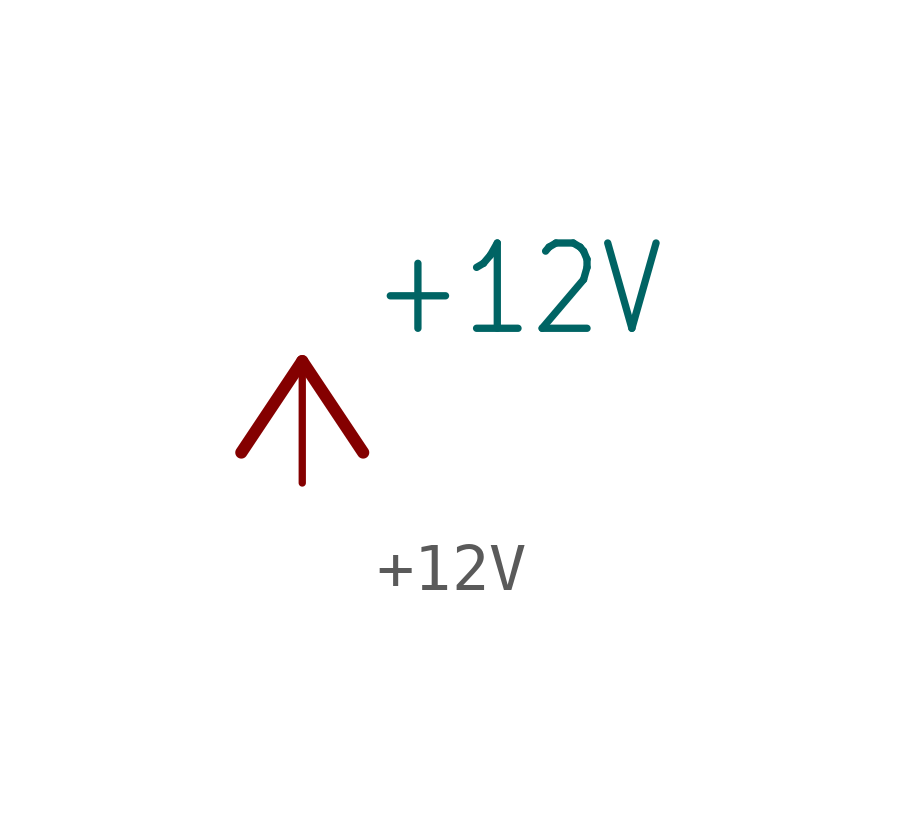
<source format=kicad_sym>
(kicad_symbol_lib
  (version 20211014)
  (generator kicad_symbol_editor)
  (symbol "+12V"
    (power)
    (property "Reference" "#P+"
      (at 0 0 0)
      (effects (font (size 1.27 1.27)) hide))
    (property "Value" "+12V"
      (at 7.62 2.54 0)
      (effects (font (size 1.778 1.511)) (justify right top)))
    (property "ki_locked" ""
      (at 0 0 0)
      (effects (font (size 1.27 1.27))))
    (symbol "+12V_1_0"
      (polyline (pts (xy 0 0) (xy -1.27 -1.905)) (stroke (width 0.254) (type default) (color 0 0 0 0)) (fill (type none)))
      (polyline (pts (xy 1.27 -1.905) (xy 0 0)) (stroke (width 0.254) (type default) (color 0 0 0 0)) (fill (type none)))
      (pin power_in line (at 0 -2.54 90) (length 2.54) (name "+12V" (effects (font (size 0 0)))) (number "1" (effects (font (size 0 0))))))))
</source>
